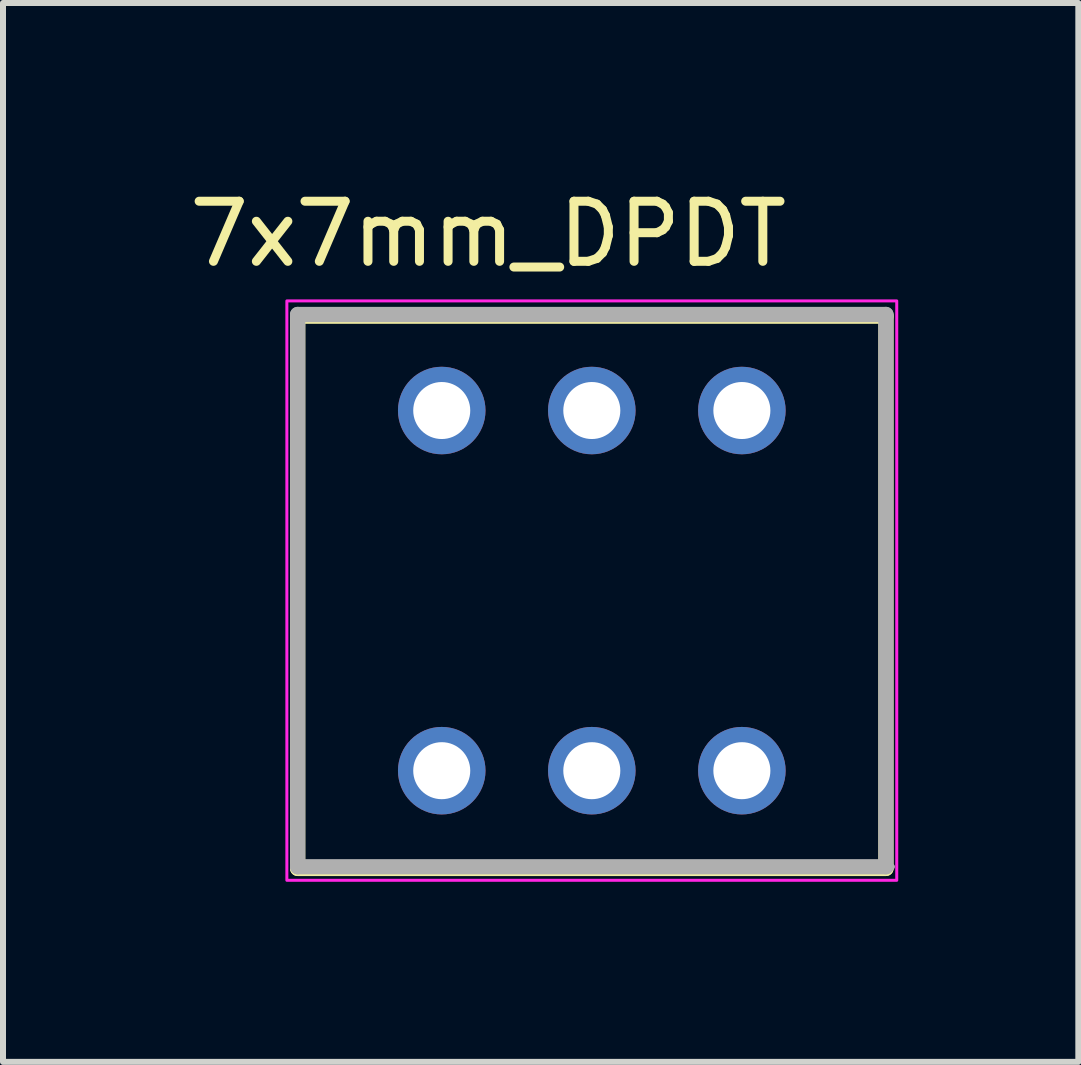
<source format=kicad_pcb>
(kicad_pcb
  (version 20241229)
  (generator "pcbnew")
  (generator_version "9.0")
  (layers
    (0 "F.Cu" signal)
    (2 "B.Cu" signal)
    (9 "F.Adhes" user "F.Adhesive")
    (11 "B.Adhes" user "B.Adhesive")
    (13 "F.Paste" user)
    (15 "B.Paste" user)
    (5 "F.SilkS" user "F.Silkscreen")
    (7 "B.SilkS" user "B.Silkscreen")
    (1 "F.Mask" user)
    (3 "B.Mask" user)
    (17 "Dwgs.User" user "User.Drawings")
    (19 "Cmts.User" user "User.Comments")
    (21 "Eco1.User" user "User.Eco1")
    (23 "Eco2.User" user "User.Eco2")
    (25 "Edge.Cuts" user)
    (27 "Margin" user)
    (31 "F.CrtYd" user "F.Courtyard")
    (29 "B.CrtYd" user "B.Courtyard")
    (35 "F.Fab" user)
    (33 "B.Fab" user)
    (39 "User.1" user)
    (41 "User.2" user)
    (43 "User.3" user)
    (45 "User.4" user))
  (footprint "7x7mm_DPDT"
    (layer "F.Cu")
    (at 6.809 6.789)
    (property "Reference" "7x7mm_DPDT" (at -1.727 -5.941 0) (layer "F.SilkS") (effects (font (size 1.001 1.001) (thickness 0.15))))
    (attr through_hole)
    (fp_line (start -4.9 -4.572) (end -4.9 4.628) (stroke (width 0.254) (type solid)) (layer "F.SilkS"))
    (fp_line (start -4.9 4.628) (end 4.9 4.628) (stroke (width 0.254) (type solid)) (layer "F.SilkS"))
    (fp_line (start 4.9 -4.572) (end -4.9 -4.572) (stroke (width 0.254) (type solid)) (layer "F.SilkS"))
    (fp_line (start 4.9 4.628) (end 4.9 -4.572) (stroke (width 0.254) (type solid)) (layer "F.SilkS"))
    (fp_rect (start -5.08 -4.826) (end 5.08 4.826) (stroke (width 0.05) (type default)) (fill no) (layer "F.CrtYd"))
    (fp_line (start -4.9 -4.6) (end -4.9 4.6) (stroke (width 0.254) (type solid)) (layer "F.Fab"))
    (fp_line (start -4.9 4.6) (end 4.9 4.6) (stroke (width 0.254) (type solid)) (layer "F.Fab"))
    (fp_line (start 4.9 -4.6) (end -4.9 -4.6) (stroke (width 0.254) (type solid)) (layer "F.Fab"))
    (fp_line (start 4.9 4.6) (end 4.9 -4.6) (stroke (width 0.254) (type solid)) (layer "F.Fab"))
    (fp_line (start 5 4.6) (end 4.9 4.6) (stroke (width 0.1) (type solid)) (layer "F.Fab"))
    (pad "0" thru_hole circle (at 0 3) (size 1.458 1.458) (drill 0.95) (layers "*.Cu" "*.Mask"))
    (pad "0'" thru_hole circle (at 0 -3) (size 1.458 1.458) (drill 0.95) (layers "*.Cu" "*.Mask"))
    (pad "1" thru_hole circle (at 2.5 3) (size 1.458 1.458) (drill 0.95) (layers "*.Cu" "*.Mask"))
    (pad "1'" thru_hole circle (at 2.5 -3) (size 1.458 1.458) (drill 0.95) (layers "*.Cu" "*.Mask"))
    (pad "2" thru_hole circle (at -2.5 3) (size 1.458 1.458) (drill 0.95) (layers "*.Cu" "*.Mask"))
    (pad "2'" thru_hole circle (at -2.5 -3) (size 1.458 1.458) (drill 0.95) (layers "*.Cu" "*.Mask")))
  (gr_rect
    (start -3 -3)
    (end 14.914 14.64)
    (stroke (width 0.1) (type default))
    (fill no)
    (layer "Edge.Cuts")))
</source>
